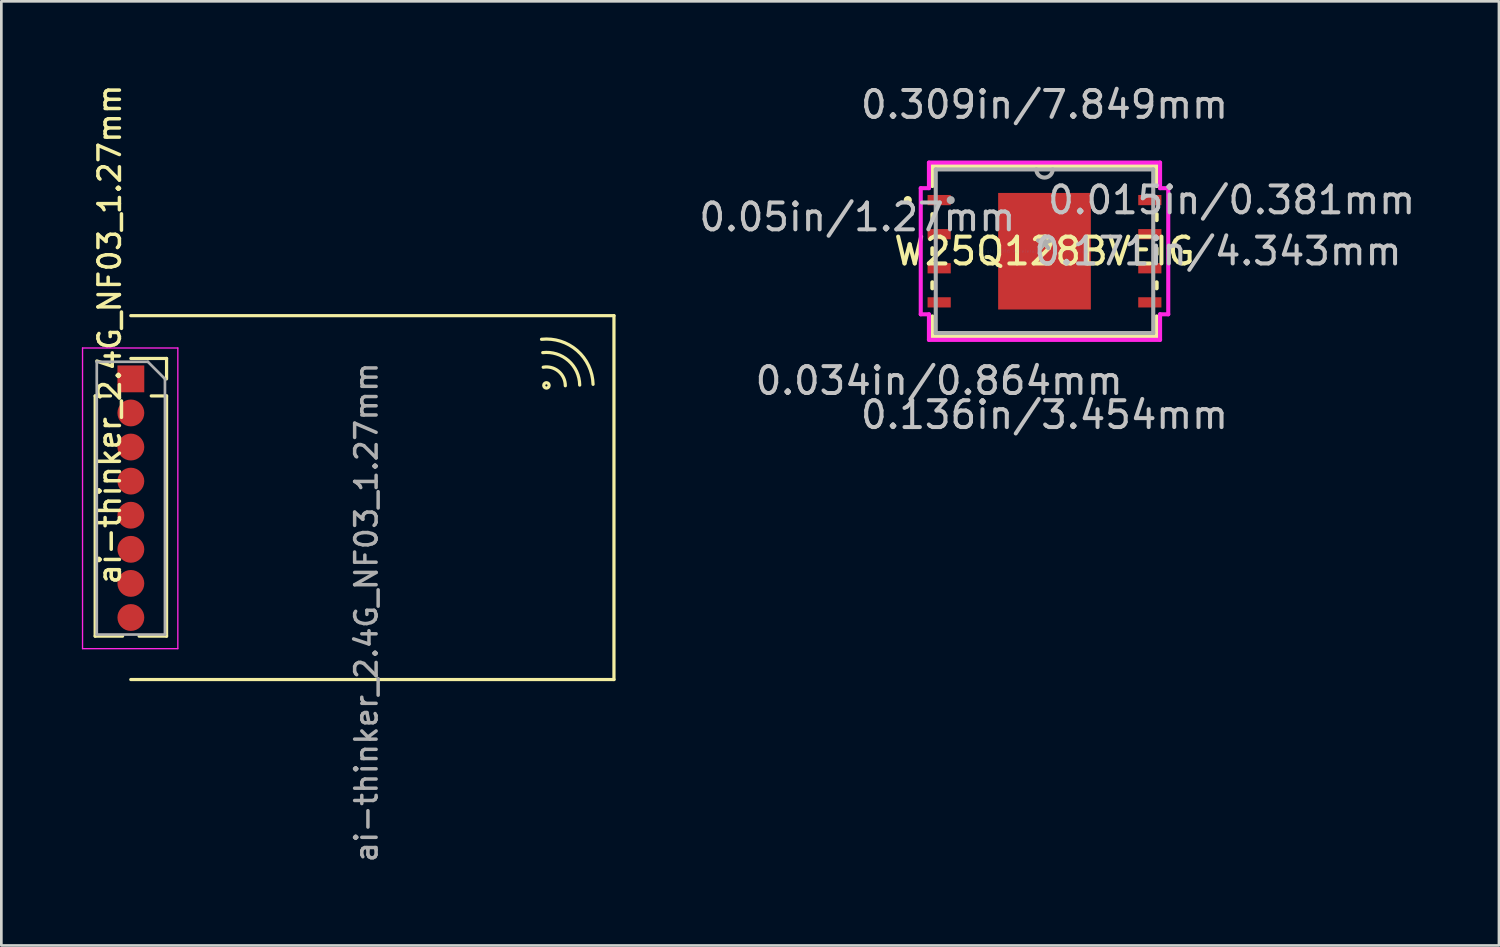
<source format=kicad_pcb>
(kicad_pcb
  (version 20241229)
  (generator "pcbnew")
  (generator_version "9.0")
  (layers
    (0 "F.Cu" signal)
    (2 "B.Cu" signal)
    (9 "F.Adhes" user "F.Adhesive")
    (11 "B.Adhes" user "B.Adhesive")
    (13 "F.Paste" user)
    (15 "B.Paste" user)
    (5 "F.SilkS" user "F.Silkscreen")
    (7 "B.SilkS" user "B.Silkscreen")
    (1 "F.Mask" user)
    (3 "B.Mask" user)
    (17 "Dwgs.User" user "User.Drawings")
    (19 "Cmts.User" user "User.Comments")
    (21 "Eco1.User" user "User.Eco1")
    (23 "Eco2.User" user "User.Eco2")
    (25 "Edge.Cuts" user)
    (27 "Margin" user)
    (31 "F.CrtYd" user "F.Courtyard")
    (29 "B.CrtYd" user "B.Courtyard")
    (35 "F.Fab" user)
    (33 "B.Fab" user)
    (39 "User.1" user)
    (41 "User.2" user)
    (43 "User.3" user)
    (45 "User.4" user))
  (footprint "W25Q128BVEIG"
    (layer "F.Cu")
    (at 35.861 6.309)
    (property "Reference" "W25Q128BVEIG" (at 0 0 0) (layer "F.SilkS") (effects (font (size 1 1) (thickness 0.15))))
    (attr through_hole)
    (fp_line (start -4.178 -3.175) (end -4.178 -2.428) (stroke (width 0.152) (type solid)) (layer "F.SilkS"))
    (fp_line (start -4.178 -1.382) (end -4.178 -1.158) (stroke (width 0.152) (type solid)) (layer "F.SilkS"))
    (fp_line (start -4.178 -0.112) (end -4.178 0.112) (stroke (width 0.152) (type solid)) (layer "F.SilkS"))
    (fp_line (start -4.178 1.158) (end -4.178 1.382) (stroke (width 0.152) (type solid)) (layer "F.SilkS"))
    (fp_line (start -4.178 2.428) (end -4.178 3.175) (stroke (width 0.152) (type solid)) (layer "F.SilkS"))
    (fp_line (start -4.178 3.175) (end 4.178 3.175) (stroke (width 0.152) (type solid)) (layer "F.SilkS"))
    (fp_line (start 4.178 -3.175) (end -4.178 -3.175) (stroke (width 0.152) (type solid)) (layer "F.SilkS"))
    (fp_line (start 4.178 -2.428) (end 4.178 -3.175) (stroke (width 0.152) (type solid)) (layer "F.SilkS"))
    (fp_line (start 4.178 -1.158) (end 4.178 -1.382) (stroke (width 0.152) (type solid)) (layer "F.SilkS"))
    (fp_line (start 4.178 0.112) (end 4.178 -0.112) (stroke (width 0.152) (type solid)) (layer "F.SilkS"))
    (fp_line (start 4.178 1.382) (end 4.178 1.158) (stroke (width 0.152) (type solid)) (layer "F.SilkS"))
    (fp_line (start 4.178 3.175) (end 4.178 2.428) (stroke (width 0.152) (type solid)) (layer "F.SilkS"))
    (fp_circle (center -5.093 -1.905) (end -5.016 -1.905) (stroke (width 0.152) (type solid)) (fill no) (layer "F.SilkS"))
    (fp_line (start -1.627 -2.072) (end -1.627 -0.824) (stroke (width 0.152) (type solid)) (layer "F.Paste"))
    (fp_line (start -1.627 -0.824) (end -0.1 -0.824) (stroke (width 0.152) (type solid)) (layer "F.Paste"))
    (fp_line (start -1.627 -0.624) (end -1.627 0.624) (stroke (width 0.152) (type solid)) (layer "F.Paste"))
    (fp_line (start -1.627 0.624) (end -0.1 0.624) (stroke (width 0.152) (type solid)) (layer "F.Paste"))
    (fp_line (start -1.627 0.824) (end -1.627 2.072) (stroke (width 0.152) (type solid)) (layer "F.Paste"))
    (fp_line (start -1.627 2.072) (end -0.1 2.072) (stroke (width 0.152) (type solid)) (layer "F.Paste"))
    (fp_line (start -0.1 -2.072) (end -1.627 -2.072) (stroke (width 0.152) (type solid)) (layer "F.Paste"))
    (fp_line (start -0.1 -0.824) (end -0.1 -2.072) (stroke (width 0.152) (type solid)) (layer "F.Paste"))
    (fp_line (start -0.1 -0.624) (end -1.627 -0.624) (stroke (width 0.152) (type solid)) (layer "F.Paste"))
    (fp_line (start -0.1 0.624) (end -0.1 -0.624) (stroke (width 0.152) (type solid)) (layer "F.Paste"))
    (fp_line (start -0.1 0.824) (end -1.627 0.824) (stroke (width 0.152) (type solid)) (layer "F.Paste"))
    (fp_line (start -0.1 2.072) (end -0.1 0.824) (stroke (width 0.152) (type solid)) (layer "F.Paste"))
    (fp_line (start 0.1 -2.072) (end 0.1 -0.824) (stroke (width 0.152) (type solid)) (layer "F.Paste"))
    (fp_line (start 0.1 -0.824) (end 1.627 -0.824) (stroke (width 0.152) (type solid)) (layer "F.Paste"))
    (fp_line (start 0.1 -0.624) (end 0.1 0.624) (stroke (width 0.152) (type solid)) (layer "F.Paste"))
    (fp_line (start 0.1 0.624) (end 1.627 0.624) (stroke (width 0.152) (type solid)) (layer "F.Paste"))
    (fp_line (start 0.1 0.824) (end 0.1 2.072) (stroke (width 0.152) (type solid)) (layer "F.Paste"))
    (fp_line (start 0.1 2.072) (end 1.627 2.072) (stroke (width 0.152) (type solid)) (layer "F.Paste"))
    (fp_line (start 1.627 -2.072) (end 0.1 -2.072) (stroke (width 0.152) (type solid)) (layer "F.Paste"))
    (fp_line (start 1.627 -0.824) (end 1.627 -2.072) (stroke (width 0.152) (type solid)) (layer "F.Paste"))
    (fp_line (start 1.627 -0.624) (end 0.1 -0.624) (stroke (width 0.152) (type solid)) (layer "F.Paste"))
    (fp_line (start 1.627 0.624) (end 1.627 -0.624) (stroke (width 0.152) (type solid)) (layer "F.Paste"))
    (fp_line (start 1.627 0.824) (end 0.1 0.824) (stroke (width 0.152) (type solid)) (layer "F.Paste"))
    (fp_line (start 1.627 2.072) (end 1.627 0.824) (stroke (width 0.152) (type solid)) (layer "F.Paste"))
    (fp_line (start -4.61 -2.349) (end -4.305 -2.349) (stroke (width 0.152) (type solid)) (layer "F.CrtYd"))
    (fp_line (start -4.61 2.349) (end -4.61 -2.349) (stroke (width 0.152) (type solid)) (layer "F.CrtYd"))
    (fp_line (start -4.305 -3.302) (end 4.305 -3.302) (stroke (width 0.152) (type solid)) (layer "F.CrtYd"))
    (fp_line (start -4.305 -2.349) (end -4.305 -3.302) (stroke (width 0.152) (type solid)) (layer "F.CrtYd"))
    (fp_line (start -4.305 2.349) (end -4.61 2.349) (stroke (width 0.152) (type solid)) (layer "F.CrtYd"))
    (fp_line (start -4.305 3.302) (end -4.305 2.349) (stroke (width 0.152) (type solid)) (layer "F.CrtYd"))
    (fp_line (start 4.305 -3.302) (end 4.305 -2.349) (stroke (width 0.152) (type solid)) (layer "F.CrtYd"))
    (fp_line (start 4.305 -2.349) (end 4.61 -2.349) (stroke (width 0.152) (type solid)) (layer "F.CrtYd"))
    (fp_line (start 4.305 2.349) (end 4.305 3.302) (stroke (width 0.152) (type solid)) (layer "F.CrtYd"))
    (fp_line (start 4.305 3.302) (end -4.305 3.302) (stroke (width 0.152) (type solid)) (layer "F.CrtYd"))
    (fp_line (start 4.61 -2.349) (end 4.61 2.349) (stroke (width 0.152) (type solid)) (layer "F.CrtYd"))
    (fp_line (start 4.61 2.349) (end 4.305 2.349) (stroke (width 0.152) (type solid)) (layer "F.CrtYd"))
    (fp_line (start -4.051 -3.048) (end -4.051 3.048) (stroke (width 0.152) (type solid)) (layer "F.Fab"))
    (fp_line (start -4.051 3.048) (end 4.051 3.048) (stroke (width 0.152) (type solid)) (layer "F.Fab"))
    (fp_line (start 4.051 -3.048) (end -4.051 -3.048) (stroke (width 0.152) (type solid)) (layer "F.Fab"))
    (fp_line (start 4.051 3.048) (end 4.051 -3.048) (stroke (width 0.152) (type solid)) (layer "F.Fab"))
    (fp_arc (start 0.3048 -3.048) (mid 0 -2.7432) (end -0.3048 -3.048) (stroke (width 0.1524) (type solid)) (layer "F.Fab"))
    (fp_circle (center -3.493 -1.905) (end -3.493 -1.905) (stroke (width 0.152) (type solid)) (fill no) (layer "F.Fab"))
    (fp_text user "*" (at 0 0 0) (layer "F.SilkS") (effects (font (size 1 1) (thickness 0.15))))
    (fp_text user "0.05in/1.27mm" (at -6.972 -1.27 0) (layer "Dwgs.User") (effects (font (size 1 1) (thickness 0.15))))
    (fp_text user "0.309in/7.849mm" (at 0 -5.461 0) (layer "Dwgs.User") (effects (font (size 1 1) (thickness 0.15))))
    (fp_text user "0.136in/3.454mm" (at 0 6.096 0) (layer "Dwgs.User") (effects (font (size 1 1) (thickness 0.15))))
    (fp_text user "0.171in/4.343mm" (at 6.464 0 0) (layer "Dwgs.User") (effects (font (size 1 1) (thickness 0.15))))
    (fp_text user "0.034in/0.864mm" (at -3.924 4.826 0) (layer "Dwgs.User") (effects (font (size 1 1) (thickness 0.15))))
    (fp_text user "0.015in/0.381mm" (at 6.972 -1.905 0) (layer "Dwgs.User") (effects (font (size 1 1) (thickness 0.15))))
    (fp_text user "Copyright 2016 Accelerated Designs. All rights reserved." (at 0 0 0) (layer "Cmts.User") (effects (font (size 0.127 0.127) (thickness 0.002))))
    (fp_text user "*" (at 0 0 0) (layer "F.Fab") (effects (font (size 1 1) (thickness 0.15))))
    (pad "1" smd rect (at -3.924 -1.905) (size 0.864 0.381) (layers "F.Cu" "F.Mask" "F.Paste"))
    (pad "2" smd rect (at -3.924 -0.635) (size 0.864 0.381) (layers "F.Cu" "F.Mask" "F.Paste"))
    (pad "3" smd rect (at -3.924 0.635) (size 0.864 0.381) (layers "F.Cu" "F.Mask" "F.Paste"))
    (pad "4" smd rect (at -3.924 1.905) (size 0.864 0.381) (layers "F.Cu" "F.Mask" "F.Paste"))
    (pad "5" smd rect (at 3.924 1.905) (size 0.864 0.381) (layers "F.Cu" "F.Mask" "F.Paste"))
    (pad "6" smd rect (at 3.924 0.635) (size 0.864 0.381) (layers "F.Cu" "F.Mask" "F.Paste"))
    (pad "7" smd rect (at 3.924 -0.635) (size 0.864 0.381) (layers "F.Cu" "F.Mask" "F.Paste"))
    (pad "8" smd rect (at 3.924 -1.905) (size 0.864 0.381) (layers "F.Cu" "F.Mask" "F.Paste"))
    (pad "9" smd rect (at 0 0) (size 3.454 4.343) (layers "F.Cu" "F.Mask" "F.Paste")))
  (footprint "ai-thinker_2.4G_NF03_1.27mm"
    (layer "F.Cu")
    (at 10.598 15.316)
    (property "Reference" "ai-thinker_2.4G_NF03_1.27mm" (at -9.563 -5.905 90) (layer "F.SilkS") (effects (font (size 0.8 0.8) (thickness 0.13))))
    (attr smd)
    (fp_line (start -10.103 -3.617) (end -10.103 5.333) (stroke (width 0.12) (type solid)) (layer "F.SilkS"))
    (fp_line (start -10.103 -3.617) (end -9.533 -3.617) (stroke (width 0.12) (type solid)) (layer "F.SilkS"))
    (fp_line (start -10.103 5.333) (end -9.081 5.333) (stroke (width 0.12) (type solid)) (layer "F.SilkS"))
    (fp_line (start -8.776 -6.607) (end 9.224 -6.607) (stroke (width 0.12) (type solid)) (layer "F.SilkS"))
    (fp_line (start -8.776 6.949) (end 9.224 6.949) (stroke (width 0.12) (type solid)) (layer "F.SilkS"))
    (fp_line (start -8.773 -5.012) (end -7.443 -5.012) (stroke (width 0.12) (type solid)) (layer "F.SilkS"))
    (fp_line (start -8.466 5.333) (end -7.443 5.333) (stroke (width 0.12) (type solid)) (layer "F.SilkS"))
    (fp_line (start -8.013 -3.617) (end -7.443 -3.617) (stroke (width 0.12) (type solid)) (layer "F.SilkS"))
    (fp_line (start -7.443 -5.012) (end -7.443 -4.252) (stroke (width 0.12) (type solid)) (layer "F.SilkS"))
    (fp_line (start -7.443 -3.617) (end -7.443 5.333) (stroke (width 0.12) (type solid)) (layer "F.SilkS"))
    (fp_line (start 9.224 6.949) (end 9.224 -6.607) (stroke (width 0.12) (type solid)) (layer "F.SilkS"))
    (fp_arc (start 6.525521 -5.726085) (mid 7.852484 -5.307485) (end 8.445499 -4.048759) (stroke (width 0.12) (type solid)) (layer "F.SilkS"))
    (fp_arc (start 6.570973 -5.229036) (mid 7.52841 -4.931543) (end 7.947659 -4.020819) (stroke (width 0.12) (type solid)) (layer "F.SilkS"))
    (fp_arc (start 6.588072 -4.685655) (mid 7.16096 -4.532733) (end 7.41172 -3.99542) (stroke (width 0.12) (type solid)) (layer "F.SilkS"))
    (fp_arc (start 6.618641 -4.052869) (mid 6.798632 -3.965415) (end 6.616701 -4.048759) (stroke (width 0.12) (type solid)) (layer "F.SilkS"))
    (fp_line (start -10.573 -5.402) (end -7.023 -5.402) (stroke (width 0.05) (type solid)) (layer "F.CrtYd"))
    (fp_line (start -10.573 5.798) (end -10.573 -5.402) (stroke (width 0.05) (type solid)) (layer "F.CrtYd"))
    (fp_line (start -7.023 -5.402) (end -7.023 5.798) (stroke (width 0.05) (type solid)) (layer "F.CrtYd"))
    (fp_line (start -7.023 5.798) (end -10.573 5.798) (stroke (width 0.05) (type solid)) (layer "F.CrtYd"))
    (fp_line (start -10.043 -4.887) (end -8.138 -4.887) (stroke (width 0.1) (type solid)) (layer "F.Fab"))
    (fp_line (start -10.043 5.273) (end -10.043 -4.887) (stroke (width 0.1) (type solid)) (layer "F.Fab"))
    (fp_line (start -8.138 -4.887) (end -7.503 -4.252) (stroke (width 0.1) (type solid)) (layer "F.Fab"))
    (fp_line (start -7.503 -4.252) (end -7.503 5.273) (stroke (width 0.1) (type solid)) (layer "F.Fab"))
    (fp_line (start -7.503 5.273) (end -10.043 5.273) (stroke (width 0.1) (type solid)) (layer "F.Fab"))
    (fp_text user "${REFERENCE}" (at 0 4.445 270) (layer "F.Fab") (effects (font (size 0.8 0.8) (thickness 0.13))))
    (pad "1" smd rect (at -8.773 -4.252) (size 1 1) (layers "F.Cu" "F.Mask" "F.Paste"))
    (pad "2" smd oval (at -8.773 -2.982) (size 1 1) (layers "F.Cu" "F.Mask" "F.Paste"))
    (pad "3" smd oval (at -8.773 -1.712) (size 1 1) (layers "F.Cu" "F.Mask" "F.Paste"))
    (pad "4" smd oval (at -8.773 -0.442) (size 1 1) (layers "F.Cu" "F.Mask" "F.Paste"))
    (pad "5" smd oval (at -8.773 0.828) (size 1 1) (layers "F.Cu" "F.Mask" "F.Paste"))
    (pad "6" smd oval (at -8.773 2.098) (size 1 1) (layers "F.Cu" "F.Mask" "F.Paste"))
    (pad "7" smd oval (at -8.773 3.368) (size 1 1) (layers "F.Cu" "F.Mask" "F.Paste"))
    (pad "8" smd oval (at -8.773 4.638) (size 1 1) (layers "F.Cu" "F.Mask" "F.Paste")))
  (gr_rect
    (start -3 -3)
    (end 52.791 32.171)
    (stroke (width 0.1) (type default))
    (fill no)
    (layer "Edge.Cuts")))
</source>
